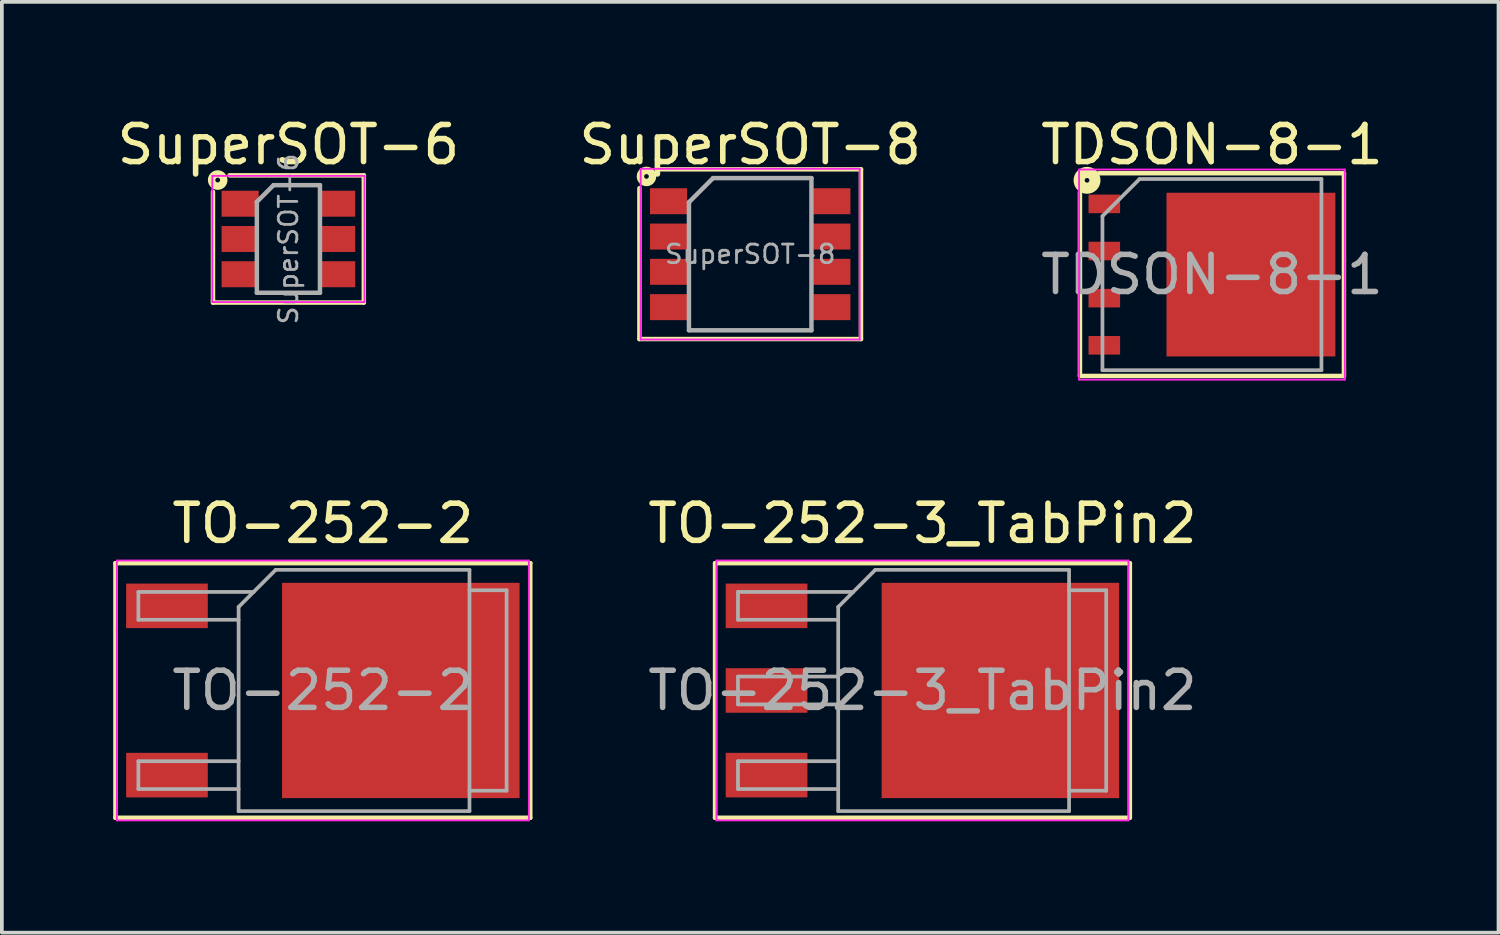
<source format=kicad_pcb>
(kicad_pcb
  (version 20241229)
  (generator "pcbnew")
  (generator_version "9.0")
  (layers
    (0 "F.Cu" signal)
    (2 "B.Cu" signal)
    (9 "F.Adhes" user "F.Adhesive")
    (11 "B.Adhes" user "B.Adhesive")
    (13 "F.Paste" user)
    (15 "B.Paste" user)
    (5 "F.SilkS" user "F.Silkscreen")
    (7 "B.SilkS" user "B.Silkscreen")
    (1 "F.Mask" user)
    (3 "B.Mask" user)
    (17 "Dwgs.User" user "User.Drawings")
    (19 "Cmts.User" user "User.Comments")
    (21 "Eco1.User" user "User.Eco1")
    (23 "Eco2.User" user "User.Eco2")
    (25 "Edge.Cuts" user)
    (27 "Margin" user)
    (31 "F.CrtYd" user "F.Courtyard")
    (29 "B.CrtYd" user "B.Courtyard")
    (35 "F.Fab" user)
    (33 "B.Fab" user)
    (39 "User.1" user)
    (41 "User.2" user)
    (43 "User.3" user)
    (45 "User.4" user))
  (footprint "SuperSOT-6"
    (layer "F.Cu")
    (at 4.72 3.388)
    (property "Reference" "SuperSOT-6" (at 0 -2.54 0) (layer "F.SilkS") (effects (font (size 1 1) (thickness 0.15))))
    (attr smd)
    (fp_line (start -2.032 -1.27) (end -2.032 1.651) (stroke (width 0.12) (type solid)) (layer "F.SilkS"))
    (fp_line (start -2.032 1.651) (end -2.032 1.714) (stroke (width 0.12) (type solid)) (layer "F.SilkS"))
    (fp_line (start -2.032 1.714) (end 2.032 1.714) (stroke (width 0.12) (type solid)) (layer "F.SilkS"))
    (fp_line (start 2.032 -1.714) (end -1.587 -1.714) (stroke (width 0.12) (type solid)) (layer "F.SilkS"))
    (fp_line (start 2.032 1.714) (end 2.032 -1.714) (stroke (width 0.12) (type solid)) (layer "F.SilkS"))
    (fp_circle (center -1.905 -1.587) (end -1.841 -1.587) (stroke (width 0.2) (type solid)) (fill no) (layer "F.SilkS"))
    (fp_line (start -2.05 -1.7) (end -2.05 1.7) (stroke (width 0.05) (type solid)) (layer "F.CrtYd"))
    (fp_line (start -2.05 -1.7) (end 2.05 -1.7) (stroke (width 0.05) (type solid)) (layer "F.CrtYd"))
    (fp_line (start 2.05 1.7) (end -2.05 1.7) (stroke (width 0.05) (type solid)) (layer "F.CrtYd"))
    (fp_line (start 2.05 1.7) (end 2.05 -1.7) (stroke (width 0.05) (type solid)) (layer "F.CrtYd"))
    (fp_line (start -0.85 -1) (end -0.85 1.45) (stroke (width 0.12) (type solid)) (layer "F.Fab"))
    (fp_line (start -0.85 1.45) (end 0.85 1.45) (stroke (width 0.12) (type solid)) (layer "F.Fab"))
    (fp_line (start -0.4 -1.45) (end -0.85 -1) (stroke (width 0.12) (type solid)) (layer "F.Fab"))
    (fp_line (start 0.85 -1.45) (end -0.4 -1.45) (stroke (width 0.12) (type solid)) (layer "F.Fab"))
    (fp_line (start 0.85 1.45) (end 0.85 -1.45) (stroke (width 0.12) (type solid)) (layer "F.Fab"))
    (fp_text user "${REFERENCE}" (at 0 0 90) (layer "F.Fab") (effects (font (size 0.5 0.5) (thickness 0.075))))
    (pad "1" smd rect (at -1.3 -0.95) (size 1 0.7) (layers "F.Cu" "F.Mask" "F.Paste"))
    (pad "2" smd rect (at -1.3 0) (size 1 0.7) (layers "F.Cu" "F.Mask" "F.Paste"))
    (pad "3" smd rect (at -1.3 0.95) (size 1 0.7) (layers "F.Cu" "F.Mask" "F.Paste"))
    (pad "4" smd rect (at 1.3 0.95) (size 1 0.7) (layers "F.Cu" "F.Mask" "F.Paste"))
    (pad "5" smd rect (at 1.3 0) (size 1 0.7) (layers "F.Cu" "F.Mask" "F.Paste"))
    (pad "6" smd rect (at 1.3 -0.95) (size 1 0.7) (layers "F.Cu" "F.Mask" "F.Paste")))
  (footprint "TO-252-3_TabPin2"
    (layer "F.Cu")
    (at 21.802 15.552)
    (property "Reference" "TO-252-3_TabPin2" (at 0 -4.5 0) (layer "F.SilkS") (effects (font (size 1 1) (thickness 0.15))))
    (attr smd)
    (fp_line (start -5.588 -3.429) (end -5.588 3.429) (stroke (width 0.12) (type solid)) (layer "F.SilkS"))
    (fp_line (start -5.588 3.429) (end 5.588 3.429) (stroke (width 0.12) (type solid)) (layer "F.SilkS"))
    (fp_line (start 5.588 -3.429) (end -5.588 -3.429) (stroke (width 0.12) (type solid)) (layer "F.SilkS"))
    (fp_line (start 5.588 3.429) (end 5.588 -3.429) (stroke (width 0.12) (type solid)) (layer "F.SilkS"))
    (fp_line (start -5.55 -3.5) (end -5.55 3.5) (stroke (width 0.05) (type solid)) (layer "F.CrtYd"))
    (fp_line (start -5.55 3.5) (end 5.55 3.5) (stroke (width 0.05) (type solid)) (layer "F.CrtYd"))
    (fp_line (start 5.55 -3.5) (end -5.55 -3.5) (stroke (width 0.05) (type solid)) (layer "F.CrtYd"))
    (fp_line (start 5.55 3.5) (end 5.55 -3.5) (stroke (width 0.05) (type solid)) (layer "F.CrtYd"))
    (fp_line (start -4.97 -2.655) (end -4.97 -1.905) (stroke (width 0.1) (type solid)) (layer "F.Fab"))
    (fp_line (start -4.97 -1.905) (end -2.27 -1.905) (stroke (width 0.1) (type solid)) (layer "F.Fab"))
    (fp_line (start -4.97 -0.375) (end -4.97 0.375) (stroke (width 0.1) (type solid)) (layer "F.Fab"))
    (fp_line (start -4.97 0.375) (end -2.27 0.375) (stroke (width 0.1) (type solid)) (layer "F.Fab"))
    (fp_line (start -4.97 1.905) (end -4.97 2.655) (stroke (width 0.1) (type solid)) (layer "F.Fab"))
    (fp_line (start -4.97 2.655) (end -2.27 2.655) (stroke (width 0.1) (type solid)) (layer "F.Fab"))
    (fp_line (start -2.27 -2.25) (end -1.27 -3.25) (stroke (width 0.1) (type solid)) (layer "F.Fab"))
    (fp_line (start -2.27 -0.375) (end -4.97 -0.375) (stroke (width 0.1) (type solid)) (layer "F.Fab"))
    (fp_line (start -2.27 1.905) (end -4.97 1.905) (stroke (width 0.1) (type solid)) (layer "F.Fab"))
    (fp_line (start -2.27 3.25) (end -2.27 -2.25) (stroke (width 0.1) (type solid)) (layer "F.Fab"))
    (fp_line (start -1.865 -2.655) (end -4.97 -2.655) (stroke (width 0.1) (type solid)) (layer "F.Fab"))
    (fp_line (start -1.27 -3.25) (end 3.95 -3.25) (stroke (width 0.1) (type solid)) (layer "F.Fab"))
    (fp_line (start 3.95 -3.25) (end 3.95 3.25) (stroke (width 0.1) (type solid)) (layer "F.Fab"))
    (fp_line (start 3.95 -2.7) (end 4.95 -2.7) (stroke (width 0.1) (type solid)) (layer "F.Fab"))
    (fp_line (start 3.95 3.25) (end -2.27 3.25) (stroke (width 0.1) (type solid)) (layer "F.Fab"))
    (fp_line (start 4.95 -2.7) (end 4.95 2.7) (stroke (width 0.1) (type solid)) (layer "F.Fab"))
    (fp_line (start 4.95 2.7) (end 3.95 2.7) (stroke (width 0.1) (type solid)) (layer "F.Fab"))
    (fp_text user "${REFERENCE}" (at 0 0 0) (layer "F.Fab") (effects (font (size 1 1) (thickness 0.15))))
    (pad "" smd rect (at 0.425 -1.525) (size 3.05 2.75) (layers "F.Paste"))
    (pad "" smd rect (at 0.425 1.525) (size 3.05 2.75) (layers "F.Paste"))
    (pad "" smd rect (at 3.775 -1.525) (size 3.05 2.75) (layers "F.Paste"))
    (pad "" smd rect (at 3.775 1.525) (size 3.05 2.75) (layers "F.Paste"))
    (pad "1" smd rect (at -4.2 -2.28) (size 2.2 1.2) (layers "F.Cu" "F.Mask" "F.Paste"))
    (pad "2" smd rect (at -4.2 0) (size 2.2 1.2) (layers "F.Cu" "F.Mask" "F.Paste"))
    (pad "2" smd rect (at 2.1 0) (size 6.4 5.8) (layers "F.Cu" "F.Mask"))
    (pad "3" smd rect (at -4.2 2.28) (size 2.2 1.2) (layers "F.Cu" "F.Mask" "F.Paste")))
  (footprint "SuperSOT-8"
    (layer "F.Cu")
    (at 17.161 3.798)
    (property "Reference" "SuperSOT-8" (at 0 -2.95 0) (layer "F.SilkS") (effects (font (size 1 1) (thickness 0.15))))
    (attr smd)
    (fp_line (start -2.985 -1.778) (end -2.985 2.286) (stroke (width 0.12) (type solid)) (layer "F.SilkS"))
    (fp_line (start -2.985 2.286) (end 2.985 2.286) (stroke (width 0.12) (type solid)) (layer "F.SilkS"))
    (fp_line (start 2.985 -2.286) (end -2.477 -2.286) (stroke (width 0.12) (type solid)) (layer "F.SilkS"))
    (fp_line (start 2.985 2.286) (end 2.985 -2.286) (stroke (width 0.12) (type solid)) (layer "F.SilkS"))
    (fp_circle (center -2.794 -2.095) (end -2.731 -2.095) (stroke (width 0.2) (type solid)) (fill no) (layer "F.SilkS"))
    (fp_line (start -2.95 -2.3) (end -2.95 2.3) (stroke (width 0.05) (type solid)) (layer "F.CrtYd"))
    (fp_line (start -2.95 -2.3) (end 2.95 -2.3) (stroke (width 0.05) (type solid)) (layer "F.CrtYd"))
    (fp_line (start 2.95 2.3) (end -2.95 2.3) (stroke (width 0.05) (type solid)) (layer "F.CrtYd"))
    (fp_line (start 2.95 2.3) (end 2.95 -2.3) (stroke (width 0.05) (type solid)) (layer "F.CrtYd"))
    (fp_line (start -1.65 -1.4) (end -1 -2.05) (stroke (width 0.12) (type solid)) (layer "F.Fab"))
    (fp_line (start -1.65 2.05) (end -1.65 -1.4) (stroke (width 0.12) (type solid)) (layer "F.Fab"))
    (fp_line (start -1 -2.05) (end 1.65 -2.05) (stroke (width 0.12) (type solid)) (layer "F.Fab"))
    (fp_line (start 1.65 -2.05) (end 1.65 2.05) (stroke (width 0.12) (type solid)) (layer "F.Fab"))
    (fp_line (start 1.65 2.05) (end -1.65 2.05) (stroke (width 0.12) (type solid)) (layer "F.Fab"))
    (fp_text user "${REFERENCE}" (at 0 0 0) (layer "F.Fab") (effects (font (size 0.5 0.5) (thickness 0.075))))
    (pad "1" smd rect (at -2.2 -1.427) (size 1 0.7) (layers "F.Cu" "F.Mask" "F.Paste"))
    (pad "2" smd rect (at -2.2 -0.475) (size 1 0.7) (layers "F.Cu" "F.Mask" "F.Paste"))
    (pad "3" smd rect (at -2.2 0.475) (size 1 0.7) (layers "F.Cu" "F.Mask" "F.Paste"))
    (pad "4" smd rect (at -2.2 1.427) (size 1 0.7) (layers "F.Cu" "F.Mask" "F.Paste"))
    (pad "5" smd rect (at 2.2 1.427) (size 1 0.7) (layers "F.Cu" "F.Mask" "F.Paste"))
    (pad "6" smd rect (at 2.2 0.475) (size 1 0.7) (layers "F.Cu" "F.Mask" "F.Paste"))
    (pad "7" smd rect (at 2.2 -0.475) (size 1 0.7) (layers "F.Cu" "F.Mask" "F.Paste"))
    (pad "8" smd rect (at 2.2 -1.427) (size 1 0.7) (layers "F.Cu" "F.Mask" "F.Paste")))
  (footprint "TO-252-2"
    (layer "F.Cu")
    (at 5.648 15.552)
    (property "Reference" "TO-252-2" (at 0 -4.5 0) (layer "F.SilkS") (effects (font (size 1 1) (thickness 0.15))))
    (attr smd)
    (fp_line (start -5.588 -3.429) (end -5.588 3.429) (stroke (width 0.12) (type solid)) (layer "F.SilkS"))
    (fp_line (start -5.588 3.429) (end 5.588 3.429) (stroke (width 0.12) (type solid)) (layer "F.SilkS"))
    (fp_line (start 5.588 -3.429) (end -5.588 -3.429) (stroke (width 0.12) (type solid)) (layer "F.SilkS"))
    (fp_line (start 5.588 3.429) (end 5.588 -3.429) (stroke (width 0.12) (type solid)) (layer "F.SilkS"))
    (fp_line (start -5.55 -3.5) (end -5.55 3.5) (stroke (width 0.05) (type solid)) (layer "F.CrtYd"))
    (fp_line (start -5.55 3.5) (end 5.55 3.5) (stroke (width 0.05) (type solid)) (layer "F.CrtYd"))
    (fp_line (start 5.55 -3.5) (end -5.55 -3.5) (stroke (width 0.05) (type solid)) (layer "F.CrtYd"))
    (fp_line (start 5.55 3.5) (end 5.55 -3.5) (stroke (width 0.05) (type solid)) (layer "F.CrtYd"))
    (fp_line (start -4.97 -2.655) (end -4.97 -1.905) (stroke (width 0.1) (type solid)) (layer "F.Fab"))
    (fp_line (start -4.97 -1.905) (end -2.27 -1.905) (stroke (width 0.1) (type solid)) (layer "F.Fab"))
    (fp_line (start -4.97 1.905) (end -4.97 2.655) (stroke (width 0.1) (type solid)) (layer "F.Fab"))
    (fp_line (start -4.97 2.655) (end -2.27 2.655) (stroke (width 0.1) (type solid)) (layer "F.Fab"))
    (fp_line (start -2.27 -2.25) (end -1.27 -3.25) (stroke (width 0.1) (type solid)) (layer "F.Fab"))
    (fp_line (start -2.27 1.905) (end -4.97 1.905) (stroke (width 0.1) (type solid)) (layer "F.Fab"))
    (fp_line (start -2.27 3.25) (end -2.27 -2.25) (stroke (width 0.1) (type solid)) (layer "F.Fab"))
    (fp_line (start -1.865 -2.655) (end -4.97 -2.655) (stroke (width 0.1) (type solid)) (layer "F.Fab"))
    (fp_line (start -1.27 -3.25) (end 3.95 -3.25) (stroke (width 0.1) (type solid)) (layer "F.Fab"))
    (fp_line (start 3.95 -3.25) (end 3.95 3.25) (stroke (width 0.1) (type solid)) (layer "F.Fab"))
    (fp_line (start 3.95 -2.7) (end 4.95 -2.7) (stroke (width 0.1) (type solid)) (layer "F.Fab"))
    (fp_line (start 3.95 3.25) (end -2.27 3.25) (stroke (width 0.1) (type solid)) (layer "F.Fab"))
    (fp_line (start 4.95 -2.7) (end 4.95 2.7) (stroke (width 0.1) (type solid)) (layer "F.Fab"))
    (fp_line (start 4.95 2.7) (end 3.95 2.7) (stroke (width 0.1) (type solid)) (layer "F.Fab"))
    (fp_text user "${REFERENCE}" (at 0 0 0) (layer "F.Fab") (effects (font (size 1 1) (thickness 0.15))))
    (pad "" smd rect (at 0.425 -1.525) (size 3.05 2.75) (layers "F.Paste"))
    (pad "" smd rect (at 0.425 1.525) (size 3.05 2.75) (layers "F.Paste"))
    (pad "" smd rect (at 3.775 -1.525) (size 3.05 2.75) (layers "F.Paste"))
    (pad "" smd rect (at 3.775 1.525) (size 3.05 2.75) (layers "F.Paste"))
    (pad "1" smd rect (at -4.2 -2.28) (size 2.2 1.2) (layers "F.Cu" "F.Mask" "F.Paste"))
    (pad "2" smd rect (at 2.1 0) (size 6.4 5.8) (layers "F.Cu" "F.Mask"))
    (pad "3" smd rect (at -4.2 2.28) (size 2.2 1.2) (layers "F.Cu" "F.Mask" "F.Paste")))
  (footprint "TDSON-8-1"
    (layer "F.Cu")
    (at 29.601 4.348)
    (property "Reference" "TDSON-8-1" (at 0 -3.5 0) (layer "F.SilkS") (effects (font (size 1 1) (thickness 0.15))))
    (attr smd)
    (fp_line (start -3.556 -2.223) (end -3.556 2.731) (stroke (width 0.12) (type solid)) (layer "F.SilkS"))
    (fp_line (start -3.556 2.731) (end 3.556 2.731) (stroke (width 0.12) (type solid)) (layer "F.SilkS"))
    (fp_line (start 3.556 -2.731) (end -3.048 -2.731) (stroke (width 0.12) (type solid)) (layer "F.SilkS"))
    (fp_line (start 3.556 2.731) (end 3.556 -2.731) (stroke (width 0.12) (type solid)) (layer "F.SilkS"))
    (fp_circle (center -3.365 -2.54) (end -3.302 -2.54) (stroke (width 0.3) (type solid)) (fill no) (layer "F.SilkS"))
    (fp_line (start -3.58 -2.83) (end -3.58 2.83) (stroke (width 0.05) (type solid)) (layer "F.CrtYd"))
    (fp_line (start -3.58 2.83) (end 3.58 2.83) (stroke (width 0.05) (type solid)) (layer "F.CrtYd"))
    (fp_line (start 3.58 -2.83) (end -3.58 -2.83) (stroke (width 0.05) (type solid)) (layer "F.CrtYd"))
    (fp_line (start 3.58 2.83) (end 3.58 -2.83) (stroke (width 0.05) (type solid)) (layer "F.CrtYd"))
    (fp_line (start -2.95 2.575) (end -2.95 -1.575) (stroke (width 0.1) (type solid)) (layer "F.Fab"))
    (fp_line (start -1.95 -2.575) (end -2.95 -1.575) (stroke (width 0.1) (type solid)) (layer "F.Fab"))
    (fp_line (start -1.95 -2.575) (end 2.95 -2.575) (stroke (width 0.1) (type solid)) (layer "F.Fab"))
    (fp_line (start 2.95 -2.575) (end 2.95 2.575) (stroke (width 0.1) (type solid)) (layer "F.Fab"))
    (fp_line (start 2.95 2.575) (end -2.95 2.575) (stroke (width 0.1) (type solid)) (layer "F.Fab"))
    (fp_text user "${REFERENCE}" (at 0 0 0) (layer "F.Fab") (effects (font (size 1 1) (thickness 0.15))))
    (pad "" smd rect (at -0.2 -0.85) (size 1.5 1.5) (layers "F.Paste"))
    (pad "" smd rect (at -0.2 0.85) (size 1.5 1.5) (layers "F.Paste"))
    (pad "" smd custom (at 0.65 0) (size 3.75 4.41) (layers "F.Mask") (options (anchor rect)) (primitives (gr_poly (pts (xy 2.675 -1.605) (xy 1.875 -1.605) (xy 1.875 -2.205) (xy 2.675 -2.205)) (width 0) (fill yes)) (gr_poly (pts (xy 2.675 -0.335) (xy 1.875 -0.335) (xy 1.875 -0.935) (xy 2.675 -0.935)) (width 0) (fill yes)) (gr_poly (pts (xy 2.675 0.935) (xy 1.875 0.935) (xy 1.875 0.335) (xy 2.675 0.335)) (width 0) (fill yes)) (gr_poly (pts (xy 2.675 2.205) (xy 1.875 2.205) (xy 1.875 1.605) (xy 2.675 1.605)) (width 0) (fill yes))))
    (pad "" smd rect (at 1.5 -0.85) (size 1.5 1.5) (layers "F.Paste"))
    (pad "" smd rect (at 1.5 0.85) (size 1.5 1.5) (layers "F.Paste"))
    (pad "" smd rect (at 2.905 -1.905) (size 0.75 0.5) (layers "F.Paste"))
    (pad "" smd rect (at 2.905 -0.635) (size 0.75 0.5) (layers "F.Paste"))
    (pad "" smd rect (at 2.905 0.635) (size 0.75 0.5) (layers "F.Paste"))
    (pad "" smd rect (at 2.905 1.905) (size 0.75 0.5) (layers "F.Paste"))
    (pad "1" smd rect (at -2.9 -1.905) (size 0.85 0.5) (layers "F.Cu" "F.Mask" "F.Paste"))
    (pad "2" smd rect (at -2.9 -0.635) (size 0.85 0.5) (layers "F.Cu" "F.Mask" "F.Paste"))
    (pad "3" smd rect (at -2.9 0.635) (size 0.85 0.5) (layers "F.Cu" "F.Mask" "F.Paste"))
    (pad "4" smd rect (at -2.9 1.905) (size 0.85 0.5) (layers "F.Cu" "F.Mask" "F.Paste"))
    (pad "5" smd rect (at 1.05 0) (size 4.55 4.41) (layers "F.Cu")))
  (gr_rect
    (start -3 -3)
    (end 37.321 22.076)
    (stroke (width 0.1) (type default))
    (fill no)
    (layer "Edge.Cuts")))
</source>
